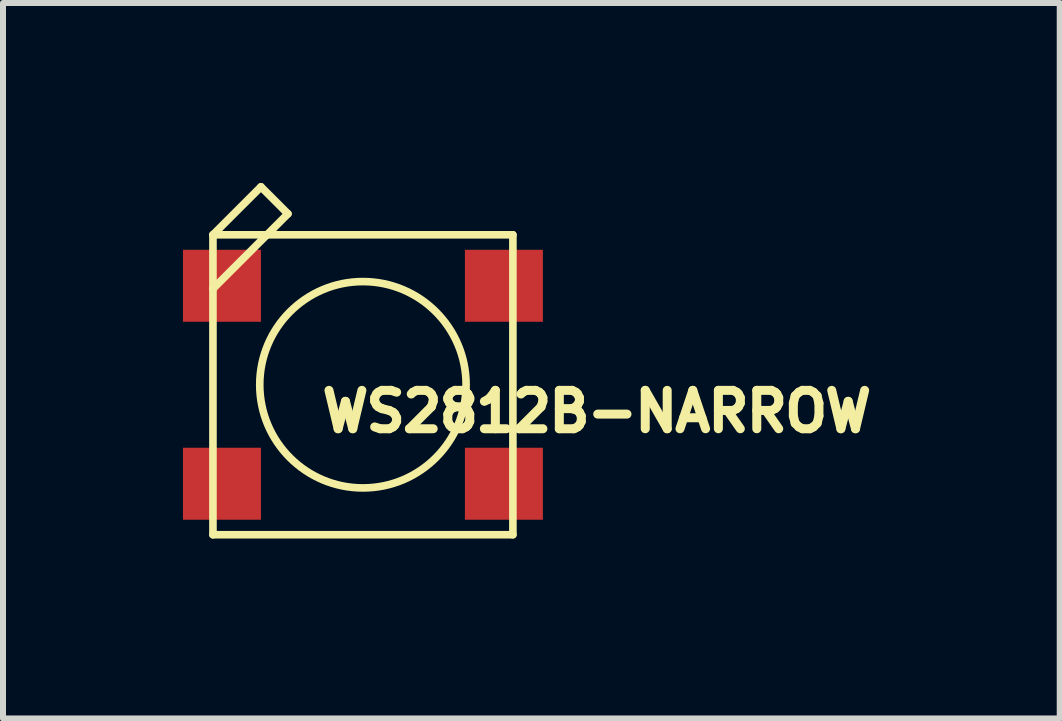
<source format=kicad_pcb>
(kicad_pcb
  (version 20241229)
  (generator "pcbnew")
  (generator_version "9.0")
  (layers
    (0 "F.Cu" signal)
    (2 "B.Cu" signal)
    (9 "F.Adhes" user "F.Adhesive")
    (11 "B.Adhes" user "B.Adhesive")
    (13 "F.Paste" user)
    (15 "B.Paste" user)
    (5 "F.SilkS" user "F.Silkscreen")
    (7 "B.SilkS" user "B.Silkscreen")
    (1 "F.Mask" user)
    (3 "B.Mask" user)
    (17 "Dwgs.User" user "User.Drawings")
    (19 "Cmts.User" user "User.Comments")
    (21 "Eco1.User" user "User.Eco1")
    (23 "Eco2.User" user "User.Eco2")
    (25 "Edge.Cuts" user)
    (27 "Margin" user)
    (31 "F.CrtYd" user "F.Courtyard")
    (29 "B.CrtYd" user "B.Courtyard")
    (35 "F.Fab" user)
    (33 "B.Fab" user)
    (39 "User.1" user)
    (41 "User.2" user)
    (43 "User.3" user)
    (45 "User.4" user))
  (footprint "WS2812B-NARROW"
    (layer "F.Cu")
    (at 3 3.364)
    (property "Reference" "WS2812B-NARROW" (at 3.899 0.445 180) (layer "F.SilkS") (effects (font (size 0.64 0.64) (thickness 0.15))))
    (attr smd)
    (fp_line (start -2.5 -2.5) (end -1.6 -2.5) (stroke (width 0.127) (type solid)) (layer "F.SilkS"))
    (fp_line (start -2.5 -1.6) (end -2.5 -2.5) (stroke (width 0.127) (type solid)) (layer "F.SilkS"))
    (fp_line (start -2.5 -1.6) (end -1.6 -2.5) (stroke (width 0.127) (type solid)) (layer "F.SilkS"))
    (fp_line (start -2.5 2.5) (end -2.5 -1.6) (stroke (width 0.127) (type solid)) (layer "F.SilkS"))
    (fp_line (start -1.7 -3.3) (end -2.5 -2.5) (stroke (width 0.127) (type solid)) (layer "F.SilkS"))
    (fp_line (start -1.6 -2.5) (end -1.25 -2.85) (stroke (width 0.127) (type solid)) (layer "F.SilkS"))
    (fp_line (start -1.6 -2.5) (end 2.5 -2.5) (stroke (width 0.127) (type solid)) (layer "F.SilkS"))
    (fp_line (start -1.25 -2.85) (end -1.7 -3.3) (stroke (width 0.127) (type solid)) (layer "F.SilkS"))
    (fp_line (start 2.5 -2.5) (end 2.5 2.5) (stroke (width 0.127) (type solid)) (layer "F.SilkS"))
    (fp_line (start 2.5 2.5) (end -2.5 2.5) (stroke (width 0.127) (type solid)) (layer "F.SilkS"))
    (fp_circle (center 0 0) (end 1.72 0) (stroke (width 0.127) (type solid)) (fill no) (layer "F.SilkS"))
    (pad "1-VDD" smd rect (at 2.35 1.65 180) (size 1.3 1.2) (layers "F.Cu" "F.Mask" "F.Paste"))
    (pad "2-DOUT" smd rect (at 2.35 -1.65 180) (size 1.3 1.2) (layers "F.Cu" "F.Mask" "F.Paste"))
    (pad "3-GND" smd rect (at -2.35 -1.65 180) (size 1.3 1.2) (layers "F.Cu" "F.Mask" "F.Paste"))
    (pad "4-DIN" smd rect (at -2.35 1.65 180) (size 1.3 1.2) (layers "F.Cu" "F.Mask" "F.Paste")))
  (gr_rect
    (start -3 -3)
    (end 14.616 8.927)
    (stroke (width 0.1) (type default))
    (fill no)
    (layer "Edge.Cuts")))
</source>
